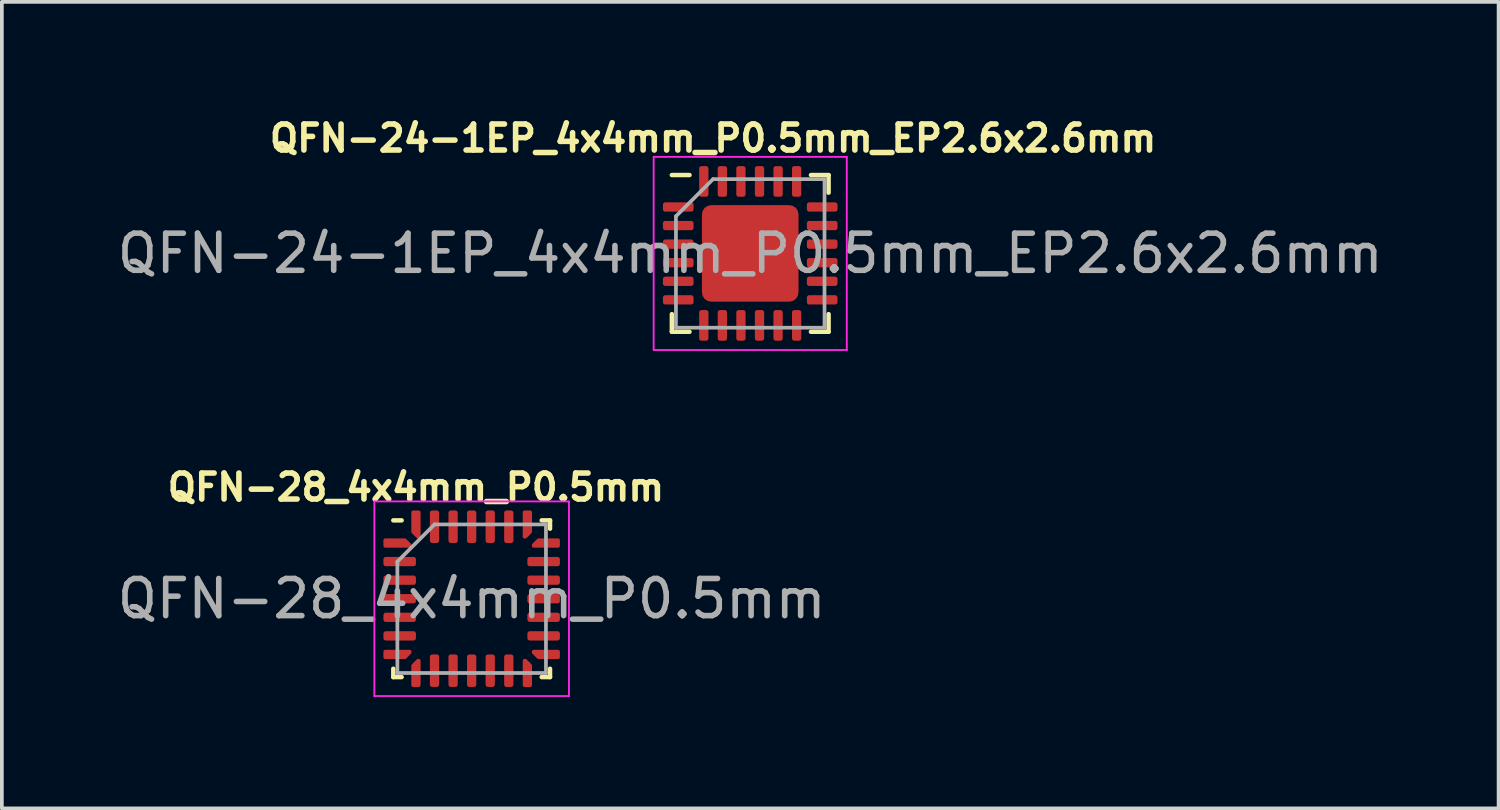
<source format=kicad_pcb>
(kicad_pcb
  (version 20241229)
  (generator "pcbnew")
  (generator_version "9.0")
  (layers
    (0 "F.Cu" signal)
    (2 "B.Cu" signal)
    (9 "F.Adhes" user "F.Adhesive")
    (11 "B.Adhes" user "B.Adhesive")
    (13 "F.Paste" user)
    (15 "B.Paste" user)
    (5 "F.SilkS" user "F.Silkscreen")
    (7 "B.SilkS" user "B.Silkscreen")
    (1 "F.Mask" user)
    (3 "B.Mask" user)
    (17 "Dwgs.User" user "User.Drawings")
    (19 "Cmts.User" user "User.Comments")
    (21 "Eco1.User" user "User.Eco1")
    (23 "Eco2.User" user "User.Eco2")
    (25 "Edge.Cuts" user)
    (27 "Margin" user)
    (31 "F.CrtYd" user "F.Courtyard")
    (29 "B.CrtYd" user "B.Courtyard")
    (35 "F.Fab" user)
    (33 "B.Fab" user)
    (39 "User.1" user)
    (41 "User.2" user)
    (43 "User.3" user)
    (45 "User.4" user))
  (footprint "QFN-24-1EP_4x4mm_P0.5mm_EP2.6x2.6mm"
    (layer "F.Cu")
    (at 17.149 3.773)
    (property "Reference" "QFN-24-1EP_4x4mm_P0.5mm_EP2.6x2.6mm" (at -1 -3.1 0) (layer "F.SilkS") (effects (font (size 0.7 0.7) (thickness 0.15))))
    (attr smd)
    (fp_line (start -2.11 2.11) (end -2.11 1.635) (stroke (width 0.12) (type solid)) (layer "F.SilkS"))
    (fp_line (start -1.635 -2.11) (end -2.11 -2.11) (stroke (width 0.12) (type solid)) (layer "F.SilkS"))
    (fp_line (start -1.635 2.11) (end -2.11 2.11) (stroke (width 0.12) (type solid)) (layer "F.SilkS"))
    (fp_line (start 1.635 -2.11) (end 2.11 -2.11) (stroke (width 0.12) (type solid)) (layer "F.SilkS"))
    (fp_line (start 1.635 2.11) (end 2.11 2.11) (stroke (width 0.12) (type solid)) (layer "F.SilkS"))
    (fp_line (start 2.11 -2.11) (end 2.11 -1.635) (stroke (width 0.12) (type solid)) (layer "F.SilkS"))
    (fp_line (start 2.11 2.11) (end 2.11 1.635) (stroke (width 0.12) (type solid)) (layer "F.SilkS"))
    (fp_line (start -2.6 -2.6) (end -2.6 2.6) (stroke (width 0.05) (type solid)) (layer "F.CrtYd"))
    (fp_line (start -2.6 2.6) (end 2.6 2.6) (stroke (width 0.05) (type solid)) (layer "F.CrtYd"))
    (fp_line (start 2.6 -2.6) (end -2.6 -2.6) (stroke (width 0.05) (type solid)) (layer "F.CrtYd"))
    (fp_line (start 2.6 2.6) (end 2.6 -2.6) (stroke (width 0.05) (type solid)) (layer "F.CrtYd"))
    (fp_line (start -2 -1) (end -1 -2) (stroke (width 0.1) (type solid)) (layer "F.Fab"))
    (fp_line (start -2 2) (end -2 -1) (stroke (width 0.1) (type solid)) (layer "F.Fab"))
    (fp_line (start -1 -2) (end 2 -2) (stroke (width 0.1) (type solid)) (layer "F.Fab"))
    (fp_line (start 2 -2) (end 2 2) (stroke (width 0.1) (type solid)) (layer "F.Fab"))
    (fp_line (start 2 2) (end -2 2) (stroke (width 0.1) (type solid)) (layer "F.Fab"))
    (fp_text user "${REFERENCE}" (at 0 0 0) (layer "F.Fab") (effects (font (size 1 1) (thickness 0.15))))
    (pad "" smd roundrect (at -0.65 -0.65) (size 1.05 1.05) (layers "F.Paste") (roundrect_rratio 0.238))
    (pad "" smd roundrect (at -0.65 0.65) (size 1.05 1.05) (layers "F.Paste") (roundrect_rratio 0.238))
    (pad "" smd roundrect (at 0.65 -0.65) (size 1.05 1.05) (layers "F.Paste") (roundrect_rratio 0.238))
    (pad "" smd roundrect (at 0.65 0.65) (size 1.05 1.05) (layers "F.Paste") (roundrect_rratio 0.238))
    (pad "1" smd roundrect (at -1.938 -1.25) (size 0.825 0.25) (layers "F.Cu" "F.Mask" "F.Paste") (roundrect_rratio 0.25))
    (pad "2" smd roundrect (at -1.938 -0.75) (size 0.825 0.25) (layers "F.Cu" "F.Mask" "F.Paste") (roundrect_rratio 0.25))
    (pad "3" smd roundrect (at -1.938 -0.25) (size 0.825 0.25) (layers "F.Cu" "F.Mask" "F.Paste") (roundrect_rratio 0.25))
    (pad "4" smd roundrect (at -1.938 0.25) (size 0.825 0.25) (layers "F.Cu" "F.Mask" "F.Paste") (roundrect_rratio 0.25))
    (pad "5" smd roundrect (at -1.938 0.75) (size 0.825 0.25) (layers "F.Cu" "F.Mask" "F.Paste") (roundrect_rratio 0.25))
    (pad "6" smd roundrect (at -1.938 1.25) (size 0.825 0.25) (layers "F.Cu" "F.Mask" "F.Paste") (roundrect_rratio 0.25))
    (pad "7" smd roundrect (at -1.25 1.938) (size 0.25 0.825) (layers "F.Cu" "F.Mask" "F.Paste") (roundrect_rratio 0.25))
    (pad "8" smd roundrect (at -0.75 1.938) (size 0.25 0.825) (layers "F.Cu" "F.Mask" "F.Paste") (roundrect_rratio 0.25))
    (pad "9" smd roundrect (at -0.25 1.938) (size 0.25 0.825) (layers "F.Cu" "F.Mask" "F.Paste") (roundrect_rratio 0.25))
    (pad "10" smd roundrect (at 0.25 1.938) (size 0.25 0.825) (layers "F.Cu" "F.Mask" "F.Paste") (roundrect_rratio 0.25))
    (pad "11" smd roundrect (at 0.75 1.938) (size 0.25 0.825) (layers "F.Cu" "F.Mask" "F.Paste") (roundrect_rratio 0.25))
    (pad "12" smd roundrect (at 1.25 1.938) (size 0.25 0.825) (layers "F.Cu" "F.Mask" "F.Paste") (roundrect_rratio 0.25))
    (pad "13" smd roundrect (at 1.938 1.25) (size 0.825 0.25) (layers "F.Cu" "F.Mask" "F.Paste") (roundrect_rratio 0.25))
    (pad "14" smd roundrect (at 1.938 0.75) (size 0.825 0.25) (layers "F.Cu" "F.Mask" "F.Paste") (roundrect_rratio 0.25))
    (pad "15" smd roundrect (at 1.938 0.25) (size 0.825 0.25) (layers "F.Cu" "F.Mask" "F.Paste") (roundrect_rratio 0.25))
    (pad "16" smd roundrect (at 1.938 -0.25) (size 0.825 0.25) (layers "F.Cu" "F.Mask" "F.Paste") (roundrect_rratio 0.25))
    (pad "17" smd roundrect (at 1.938 -0.75) (size 0.825 0.25) (layers "F.Cu" "F.Mask" "F.Paste") (roundrect_rratio 0.25))
    (pad "18" smd roundrect (at 1.938 -1.25) (size 0.825 0.25) (layers "F.Cu" "F.Mask" "F.Paste") (roundrect_rratio 0.25))
    (pad "19" smd roundrect (at 1.25 -1.938) (size 0.25 0.825) (layers "F.Cu" "F.Mask" "F.Paste") (roundrect_rratio 0.25))
    (pad "20" smd roundrect (at 0.75 -1.938) (size 0.25 0.825) (layers "F.Cu" "F.Mask" "F.Paste") (roundrect_rratio 0.25))
    (pad "21" smd roundrect (at 0.25 -1.938) (size 0.25 0.825) (layers "F.Cu" "F.Mask" "F.Paste") (roundrect_rratio 0.25))
    (pad "22" smd roundrect (at -0.25 -1.938) (size 0.25 0.825) (layers "F.Cu" "F.Mask" "F.Paste") (roundrect_rratio 0.25))
    (pad "23" smd roundrect (at -0.75 -1.938) (size 0.25 0.825) (layers "F.Cu" "F.Mask" "F.Paste") (roundrect_rratio 0.25))
    (pad "24" smd roundrect (at -1.25 -1.938) (size 0.25 0.825) (layers "F.Cu" "F.Mask" "F.Paste") (roundrect_rratio 0.25))
    (pad "25" smd roundrect (at 0 0) (size 2.6 2.6) (layers "F.Cu" "F.Mask") (roundrect_rratio 0.096)))
  (footprint "QFN-28_4x4mm_P0.5mm"
    (layer "F.Cu")
    (at 9.649 13.07)
    (property "Reference" "QFN-28_4x4mm_P0.5mm" (at -1.5 -3 0) (layer "F.SilkS") (effects (font (size 0.7 0.7) (thickness 0.15))))
    (attr smd)
    (fp_line (start -2.11 2.11) (end -2.11 1.885) (stroke (width 0.12) (type solid)) (layer "F.SilkS"))
    (fp_line (start -1.885 -2.11) (end -2.11 -2.11) (stroke (width 0.12) (type solid)) (layer "F.SilkS"))
    (fp_line (start -1.885 2.11) (end -2.11 2.11) (stroke (width 0.12) (type solid)) (layer "F.SilkS"))
    (fp_line (start 1.885 -2.11) (end 2.11 -2.11) (stroke (width 0.12) (type solid)) (layer "F.SilkS"))
    (fp_line (start 1.885 2.11) (end 2.11 2.11) (stroke (width 0.12) (type solid)) (layer "F.SilkS"))
    (fp_line (start 2.11 -2.11) (end 2.11 -1.885) (stroke (width 0.12) (type solid)) (layer "F.SilkS"))
    (fp_line (start 2.11 2.11) (end 2.11 1.885) (stroke (width 0.12) (type solid)) (layer "F.SilkS"))
    (fp_line (start -2.62 -2.62) (end -2.62 2.62) (stroke (width 0.05) (type solid)) (layer "F.CrtYd"))
    (fp_line (start -2.62 2.62) (end 2.62 2.62) (stroke (width 0.05) (type solid)) (layer "F.CrtYd"))
    (fp_line (start 2.62 -2.62) (end -2.62 -2.62) (stroke (width 0.05) (type solid)) (layer "F.CrtYd"))
    (fp_line (start 2.62 2.62) (end 2.62 -2.62) (stroke (width 0.05) (type solid)) (layer "F.CrtYd"))
    (fp_line (start -2 -1) (end -1 -2) (stroke (width 0.1) (type solid)) (layer "F.Fab"))
    (fp_line (start -2 2) (end -2 -1) (stroke (width 0.1) (type solid)) (layer "F.Fab"))
    (fp_line (start -1 -2) (end 2 -2) (stroke (width 0.1) (type solid)) (layer "F.Fab"))
    (fp_line (start 2 -2) (end 2 2) (stroke (width 0.1) (type solid)) (layer "F.Fab"))
    (fp_line (start 2 2) (end -2 2) (stroke (width 0.1) (type solid)) (layer "F.Fab"))
    (fp_text user "${REFERENCE}" (at 0 0 0) (layer "F.Fab") (effects (font (size 1 1) (thickness 0.15))))
    (pad "1" smd custom (at -1.998 -1.5) (size 0.137 0.137) (layers "F.Cu" "F.Mask" "F.Paste") (options (anchor circle)) (primitives (gr_poly (pts (xy -0.333 -0.08) (xy 0.199 -0.08) (xy 0.333 0.054) (xy 0.333 0.08) (xy -0.333 0.08)) (width 0.09) (fill yes))))
    (pad "2" smd roundrect (at -1.938 -1) (size 0.875 0.25) (layers "F.Cu" "F.Mask" "F.Paste") (roundrect_rratio 0.25))
    (pad "3" smd roundrect (at -1.938 -0.5) (size 0.875 0.25) (layers "F.Cu" "F.Mask" "F.Paste") (roundrect_rratio 0.25))
    (pad "4" smd roundrect (at -1.938 0) (size 0.875 0.25) (layers "F.Cu" "F.Mask" "F.Paste") (roundrect_rratio 0.25))
    (pad "5" smd roundrect (at -1.938 0.5) (size 0.875 0.25) (layers "F.Cu" "F.Mask" "F.Paste") (roundrect_rratio 0.25))
    (pad "6" smd roundrect (at -1.938 1) (size 0.875 0.25) (layers "F.Cu" "F.Mask" "F.Paste") (roundrect_rratio 0.25))
    (pad "7" smd custom (at -1.998 1.5) (size 0.137 0.137) (layers "F.Cu" "F.Mask" "F.Paste") (options (anchor circle)) (primitives (gr_poly (pts (xy -0.333 -0.08) (xy 0.333 -0.08) (xy 0.333 -0.054) (xy 0.199 0.08) (xy -0.333 0.08)) (width 0.09) (fill yes))))
    (pad "8" smd custom (at -1.5 1.998) (size 0.137 0.137) (layers "F.Cu" "F.Mask" "F.Paste") (options (anchor circle)) (primitives (gr_poly (pts (xy -0.08 -0.199) (xy 0.054 -0.333) (xy 0.08 -0.333) (xy 0.08 0.333) (xy -0.08 0.333)) (width 0.09) (fill yes))))
    (pad "9" smd roundrect (at -1 1.938) (size 0.25 0.875) (layers "F.Cu" "F.Mask" "F.Paste") (roundrect_rratio 0.25))
    (pad "10" smd roundrect (at -0.5 1.938) (size 0.25 0.875) (layers "F.Cu" "F.Mask" "F.Paste") (roundrect_rratio 0.25))
    (pad "11" smd roundrect (at 0 1.938) (size 0.25 0.875) (layers "F.Cu" "F.Mask" "F.Paste") (roundrect_rratio 0.25))
    (pad "12" smd roundrect (at 0.5 1.938) (size 0.25 0.875) (layers "F.Cu" "F.Mask" "F.Paste") (roundrect_rratio 0.25))
    (pad "13" smd roundrect (at 1 1.938) (size 0.25 0.875) (layers "F.Cu" "F.Mask" "F.Paste") (roundrect_rratio 0.25))
    (pad "14" smd custom (at 1.5 1.998) (size 0.137 0.137) (layers "F.Cu" "F.Mask" "F.Paste") (options (anchor circle)) (primitives (gr_poly (pts (xy -0.08 -0.333) (xy -0.054 -0.333) (xy 0.08 -0.199) (xy 0.08 0.333) (xy -0.08 0.333)) (width 0.09) (fill yes))))
    (pad "15" smd custom (at 1.998 1.5) (size 0.137 0.137) (layers "F.Cu" "F.Mask" "F.Paste") (options (anchor circle)) (primitives (gr_poly (pts (xy -0.333 -0.08) (xy 0.333 -0.08) (xy 0.333 0.08) (xy -0.199 0.08) (xy -0.333 -0.054)) (width 0.09) (fill yes))))
    (pad "16" smd roundrect (at 1.938 1) (size 0.875 0.25) (layers "F.Cu" "F.Mask" "F.Paste") (roundrect_rratio 0.25))
    (pad "17" smd roundrect (at 1.938 0.5) (size 0.875 0.25) (layers "F.Cu" "F.Mask" "F.Paste") (roundrect_rratio 0.25))
    (pad "18" smd roundrect (at 1.938 0) (size 0.875 0.25) (layers "F.Cu" "F.Mask" "F.Paste") (roundrect_rratio 0.25))
    (pad "19" smd roundrect (at 1.938 -0.5) (size 0.875 0.25) (layers "F.Cu" "F.Mask" "F.Paste") (roundrect_rratio 0.25))
    (pad "20" smd roundrect (at 1.938 -1) (size 0.875 0.25) (layers "F.Cu" "F.Mask" "F.Paste") (roundrect_rratio 0.25))
    (pad "21" smd custom (at 1.998 -1.5) (size 0.137 0.137) (layers "F.Cu" "F.Mask" "F.Paste") (options (anchor circle)) (primitives (gr_poly (pts (xy -0.333 0.054) (xy -0.199 -0.08) (xy 0.333 -0.08) (xy 0.333 0.08) (xy -0.333 0.08)) (width 0.09) (fill yes))))
    (pad "22" smd custom (at 1.5 -1.998) (size 0.137 0.137) (layers "F.Cu" "F.Mask" "F.Paste") (options (anchor circle)) (primitives (gr_poly (pts (xy -0.08 -0.333) (xy 0.08 -0.333) (xy 0.08 0.199) (xy -0.054 0.333) (xy -0.08 0.333)) (width 0.09) (fill yes))))
    (pad "23" smd roundrect (at 1 -1.938) (size 0.25 0.875) (layers "F.Cu" "F.Mask" "F.Paste") (roundrect_rratio 0.25))
    (pad "24" smd roundrect (at 0.5 -1.938) (size 0.25 0.875) (layers "F.Cu" "F.Mask" "F.Paste") (roundrect_rratio 0.25))
    (pad "25" smd roundrect (at 0 -1.938) (size 0.25 0.875) (layers "F.Cu" "F.Mask" "F.Paste") (roundrect_rratio 0.25))
    (pad "26" smd roundrect (at -0.5 -1.938) (size 0.25 0.875) (layers "F.Cu" "F.Mask" "F.Paste") (roundrect_rratio 0.25))
    (pad "27" smd roundrect (at -1 -1.938) (size 0.25 0.875) (layers "F.Cu" "F.Mask" "F.Paste") (roundrect_rratio 0.25))
    (pad "28" smd custom (at -1.5 -1.998) (size 0.137 0.137) (layers "F.Cu" "F.Mask" "F.Paste") (options (anchor circle)) (primitives (gr_poly (pts (xy -0.08 -0.333) (xy 0.08 -0.333) (xy 0.08 0.333) (xy 0.054 0.333) (xy -0.08 0.199)) (width 0.09) (fill yes)))))
  (gr_rect
    (start -3 -3)
    (end 37.298 18.715)
    (stroke (width 0.1) (type default))
    (fill no)
    (layer "Edge.Cuts")))
</source>
